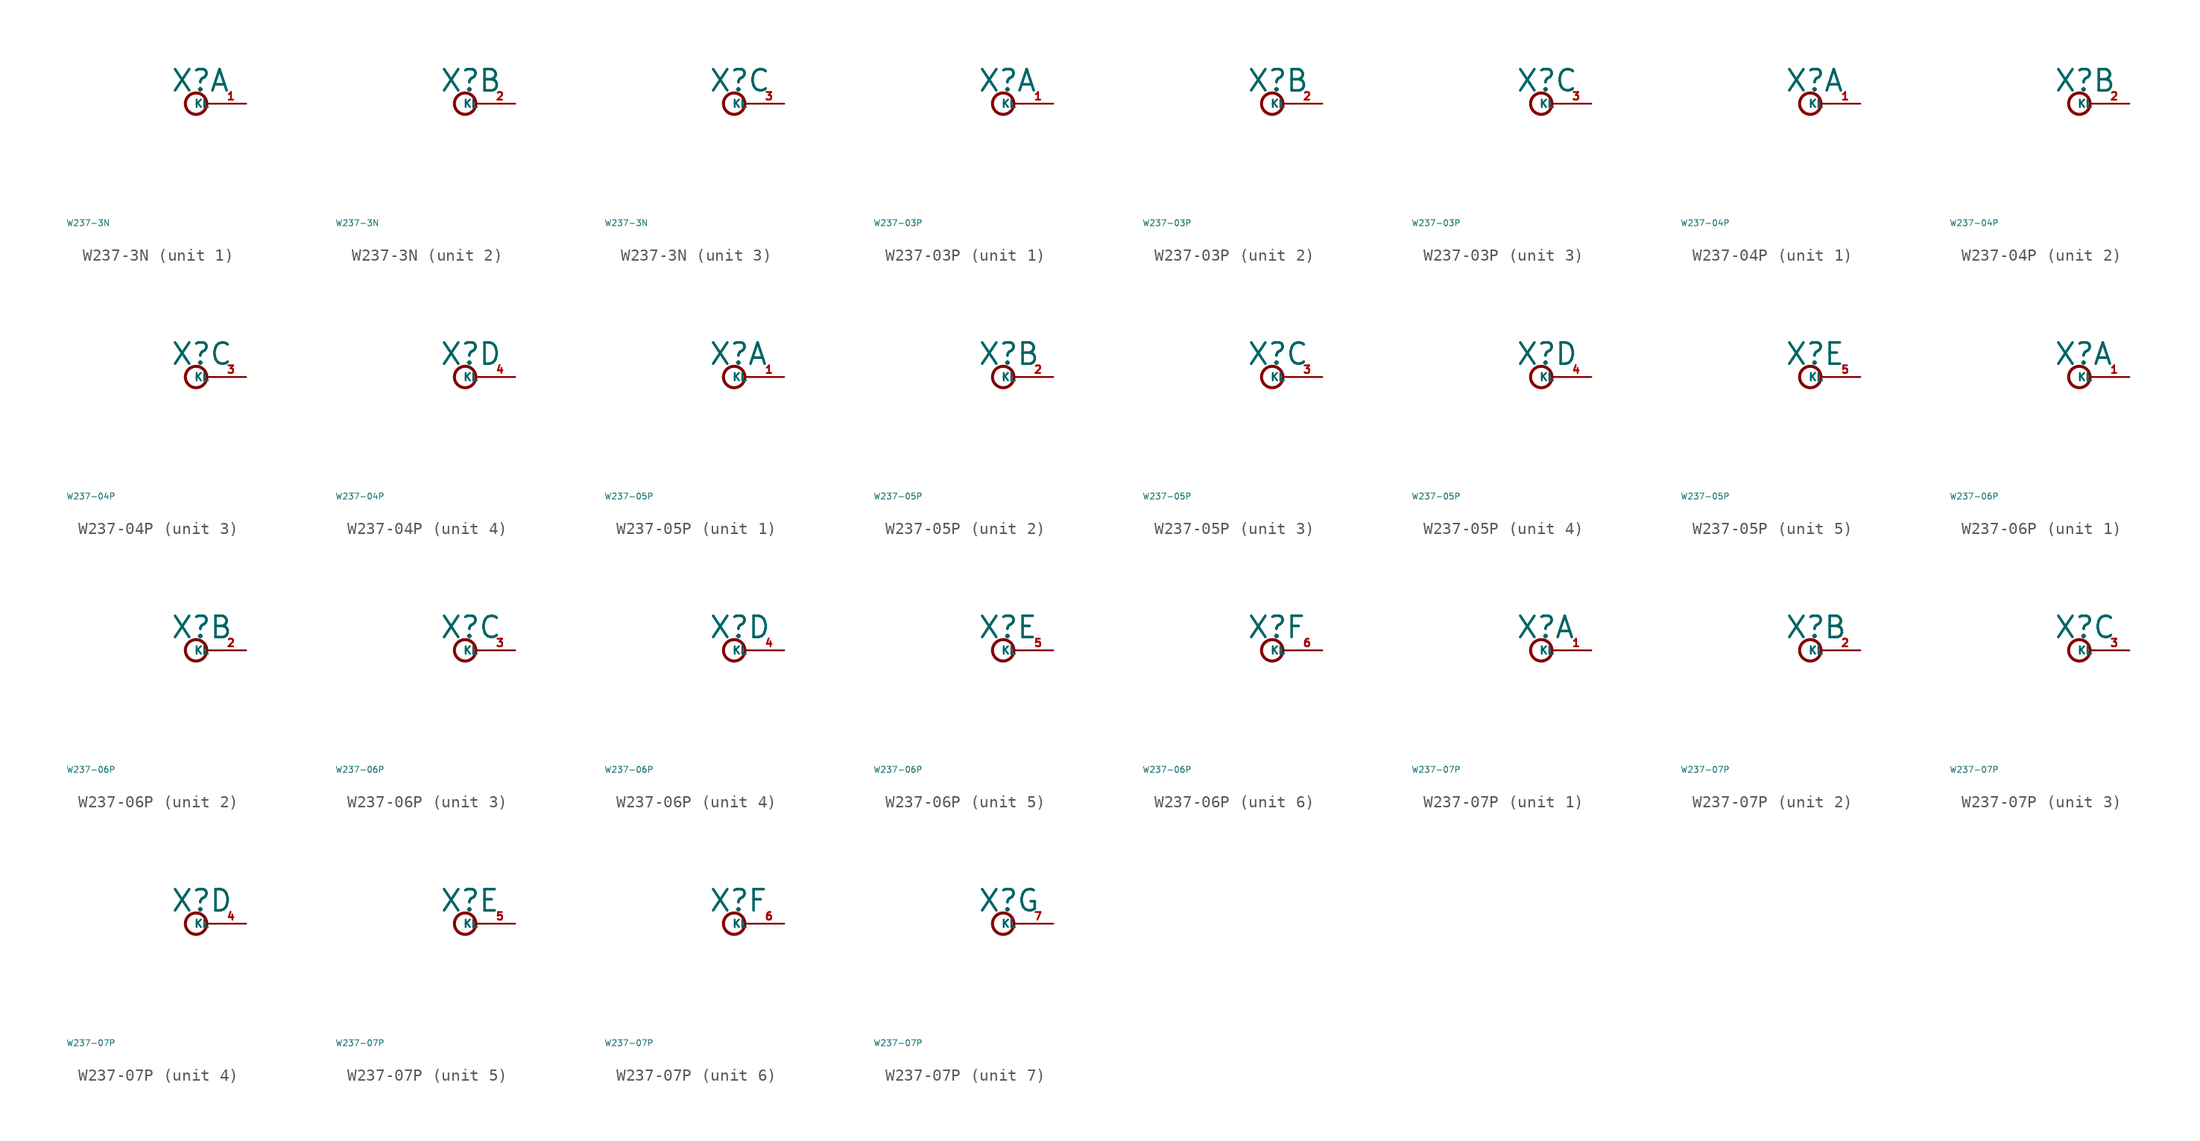
<source format=kicad_sym>
(kicad_symbol_lib
  (version 20220914)
  (generator Eagle2Kicad)
  (symbol "W237-3N"
    (property "Reference" "X"
      (at -1.27 0.889 0)
      (effects (font (size 1.778 1.778) (thickness 0.22)) (justify left bottom)))
    (property "Value" "W237-3N"
      (at -10 -10 0)
      (effects (font (size 0.5 0.5) (thickness 0.06)) (justify left)))
    (symbol "W237-3N_1_0"
      (polyline (pts (xy 1.778 0) (xy 2.54 0)) (stroke (width 0.152) (type default)) (fill (type none)))
      (circle (center 0.889 0) (radius 0.898) (stroke (width 0.254) (type default)) (fill (type none)))
      (pin passive line (at 5.08 0 180) (length 2.54) (name "KL" (effects (font (size 0.635 0.635) (thickness 0.08)) (justify left bottom))) (number "1" (effects (font (size 0.635 0.635) (thickness 0.08)) (justify left bottom)))))
    (symbol "W237-3N_2_0"
      (polyline (pts (xy 1.778 0) (xy 2.54 0)) (stroke (width 0.152) (type default)) (fill (type none)))
      (circle (center 0.889 0) (radius 0.898) (stroke (width 0.254) (type default)) (fill (type none)))
      (pin passive line (at 5.08 0 180) (length 2.54) (name "KL" (effects (font (size 0.635 0.635) (thickness 0.08)) (justify left bottom))) (number "2" (effects (font (size 0.635 0.635) (thickness 0.08)) (justify left bottom)))))
    (symbol "W237-3N_3_0"
      (polyline (pts (xy 1.778 0) (xy 2.54 0)) (stroke (width 0.152) (type default)) (fill (type none)))
      (circle (center 0.889 0) (radius 0.898) (stroke (width 0.254) (type default)) (fill (type none)))
      (pin passive line (at 5.08 0 180) (length 2.54) (name "KL" (effects (font (size 0.635 0.635) (thickness 0.08)) (justify left bottom))) (number "3" (effects (font (size 0.635 0.635) (thickness 0.08)) (justify left bottom))))))
  (symbol "W237-03P"
    (property "Reference" "X"
      (at -1.27 0.889 0)
      (effects (font (size 1.778 1.778) (thickness 0.22)) (justify left bottom)))
    (property "Value" "W237-03P"
      (at -10 -10 0)
      (effects (font (size 0.5 0.5) (thickness 0.06)) (justify left)))
    (symbol "W237-03P_1_0"
      (polyline (pts (xy 1.778 0) (xy 2.54 0)) (stroke (width 0.152) (type default)) (fill (type none)))
      (circle (center 0.889 0) (radius 0.898) (stroke (width 0.254) (type default)) (fill (type none)))
      (pin passive line (at 5.08 0 180) (length 2.54) (name "KL" (effects (font (size 0.635 0.635) (thickness 0.08)) (justify left bottom))) (number "1" (effects (font (size 0.635 0.635) (thickness 0.08)) (justify left bottom)))))
    (symbol "W237-03P_2_0"
      (polyline (pts (xy 1.778 0) (xy 2.54 0)) (stroke (width 0.152) (type default)) (fill (type none)))
      (circle (center 0.889 0) (radius 0.898) (stroke (width 0.254) (type default)) (fill (type none)))
      (pin passive line (at 5.08 0 180) (length 2.54) (name "KL" (effects (font (size 0.635 0.635) (thickness 0.08)) (justify left bottom))) (number "2" (effects (font (size 0.635 0.635) (thickness 0.08)) (justify left bottom)))))
    (symbol "W237-03P_3_0"
      (polyline (pts (xy 1.778 0) (xy 2.54 0)) (stroke (width 0.152) (type default)) (fill (type none)))
      (circle (center 0.889 0) (radius 0.898) (stroke (width 0.254) (type default)) (fill (type none)))
      (pin passive line (at 5.08 0 180) (length 2.54) (name "KL" (effects (font (size 0.635 0.635) (thickness 0.08)) (justify left bottom))) (number "3" (effects (font (size 0.635 0.635) (thickness 0.08)) (justify left bottom))))))
  (symbol "W237-04P"
    (property "Reference" "X"
      (at -1.27 0.889 0)
      (effects (font (size 1.778 1.778) (thickness 0.22)) (justify left bottom)))
    (property "Value" "W237-04P"
      (at -10 -10 0)
      (effects (font (size 0.5 0.5) (thickness 0.06)) (justify left)))
    (symbol "W237-04P_1_0"
      (polyline (pts (xy 1.778 0) (xy 2.54 0)) (stroke (width 0.152) (type default)) (fill (type none)))
      (circle (center 0.889 0) (radius 0.898) (stroke (width 0.254) (type default)) (fill (type none)))
      (pin passive line (at 5.08 0 180) (length 2.54) (name "KL" (effects (font (size 0.635 0.635) (thickness 0.08)) (justify left bottom))) (number "1" (effects (font (size 0.635 0.635) (thickness 0.08)) (justify left bottom)))))
    (symbol "W237-04P_2_0"
      (polyline (pts (xy 1.778 0) (xy 2.54 0)) (stroke (width 0.152) (type default)) (fill (type none)))
      (circle (center 0.889 0) (radius 0.898) (stroke (width 0.254) (type default)) (fill (type none)))
      (pin passive line (at 5.08 0 180) (length 2.54) (name "KL" (effects (font (size 0.635 0.635) (thickness 0.08)) (justify left bottom))) (number "2" (effects (font (size 0.635 0.635) (thickness 0.08)) (justify left bottom)))))
    (symbol "W237-04P_3_0"
      (polyline (pts (xy 1.778 0) (xy 2.54 0)) (stroke (width 0.152) (type default)) (fill (type none)))
      (circle (center 0.889 0) (radius 0.898) (stroke (width 0.254) (type default)) (fill (type none)))
      (pin passive line (at 5.08 0 180) (length 2.54) (name "KL" (effects (font (size 0.635 0.635) (thickness 0.08)) (justify left bottom))) (number "3" (effects (font (size 0.635 0.635) (thickness 0.08)) (justify left bottom)))))
    (symbol "W237-04P_4_0"
      (polyline (pts (xy 1.778 0) (xy 2.54 0)) (stroke (width 0.152) (type default)) (fill (type none)))
      (circle (center 0.889 0) (radius 0.898) (stroke (width 0.254) (type default)) (fill (type none)))
      (pin passive line (at 5.08 0 180) (length 2.54) (name "KL" (effects (font (size 0.635 0.635) (thickness 0.08)) (justify left bottom))) (number "4" (effects (font (size 0.635 0.635) (thickness 0.08)) (justify left bottom))))))
  (symbol "W237-05P"
    (property "Reference" "X"
      (at -1.27 0.889 0)
      (effects (font (size 1.778 1.778) (thickness 0.22)) (justify left bottom)))
    (property "Value" "W237-05P"
      (at -10 -10 0)
      (effects (font (size 0.5 0.5) (thickness 0.06)) (justify left)))
    (symbol "W237-05P_1_0"
      (polyline (pts (xy 1.778 0) (xy 2.54 0)) (stroke (width 0.152) (type default)) (fill (type none)))
      (circle (center 0.889 0) (radius 0.898) (stroke (width 0.254) (type default)) (fill (type none)))
      (pin passive line (at 5.08 0 180) (length 2.54) (name "KL" (effects (font (size 0.635 0.635) (thickness 0.08)) (justify left bottom))) (number "1" (effects (font (size 0.635 0.635) (thickness 0.08)) (justify left bottom)))))
    (symbol "W237-05P_2_0"
      (polyline (pts (xy 1.778 0) (xy 2.54 0)) (stroke (width 0.152) (type default)) (fill (type none)))
      (circle (center 0.889 0) (radius 0.898) (stroke (width 0.254) (type default)) (fill (type none)))
      (pin passive line (at 5.08 0 180) (length 2.54) (name "KL" (effects (font (size 0.635 0.635) (thickness 0.08)) (justify left bottom))) (number "2" (effects (font (size 0.635 0.635) (thickness 0.08)) (justify left bottom)))))
    (symbol "W237-05P_3_0"
      (polyline (pts (xy 1.778 0) (xy 2.54 0)) (stroke (width 0.152) (type default)) (fill (type none)))
      (circle (center 0.889 0) (radius 0.898) (stroke (width 0.254) (type default)) (fill (type none)))
      (pin passive line (at 5.08 0 180) (length 2.54) (name "KL" (effects (font (size 0.635 0.635) (thickness 0.08)) (justify left bottom))) (number "3" (effects (font (size 0.635 0.635) (thickness 0.08)) (justify left bottom)))))
    (symbol "W237-05P_4_0"
      (polyline (pts (xy 1.778 0) (xy 2.54 0)) (stroke (width 0.152) (type default)) (fill (type none)))
      (circle (center 0.889 0) (radius 0.898) (stroke (width 0.254) (type default)) (fill (type none)))
      (pin passive line (at 5.08 0 180) (length 2.54) (name "KL" (effects (font (size 0.635 0.635) (thickness 0.08)) (justify left bottom))) (number "4" (effects (font (size 0.635 0.635) (thickness 0.08)) (justify left bottom)))))
    (symbol "W237-05P_5_0"
      (polyline (pts (xy 1.778 0) (xy 2.54 0)) (stroke (width 0.152) (type default)) (fill (type none)))
      (circle (center 0.889 0) (radius 0.898) (stroke (width 0.254) (type default)) (fill (type none)))
      (pin passive line (at 5.08 0 180) (length 2.54) (name "KL" (effects (font (size 0.635 0.635) (thickness 0.08)) (justify left bottom))) (number "5" (effects (font (size 0.635 0.635) (thickness 0.08)) (justify left bottom))))))
  (symbol "W237-06P"
    (property "Reference" "X"
      (at -1.27 0.889 0)
      (effects (font (size 1.778 1.778) (thickness 0.22)) (justify left bottom)))
    (property "Value" "W237-06P"
      (at -10 -10 0)
      (effects (font (size 0.5 0.5) (thickness 0.06)) (justify left)))
    (symbol "W237-06P_1_0"
      (polyline (pts (xy 1.778 0) (xy 2.54 0)) (stroke (width 0.152) (type default)) (fill (type none)))
      (circle (center 0.889 0) (radius 0.898) (stroke (width 0.254) (type default)) (fill (type none)))
      (pin passive line (at 5.08 0 180) (length 2.54) (name "KL" (effects (font (size 0.635 0.635) (thickness 0.08)) (justify left bottom))) (number "1" (effects (font (size 0.635 0.635) (thickness 0.08)) (justify left bottom)))))
    (symbol "W237-06P_2_0"
      (polyline (pts (xy 1.778 0) (xy 2.54 0)) (stroke (width 0.152) (type default)) (fill (type none)))
      (circle (center 0.889 0) (radius 0.898) (stroke (width 0.254) (type default)) (fill (type none)))
      (pin passive line (at 5.08 0 180) (length 2.54) (name "KL" (effects (font (size 0.635 0.635) (thickness 0.08)) (justify left bottom))) (number "2" (effects (font (size 0.635 0.635) (thickness 0.08)) (justify left bottom)))))
    (symbol "W237-06P_3_0"
      (polyline (pts (xy 1.778 0) (xy 2.54 0)) (stroke (width 0.152) (type default)) (fill (type none)))
      (circle (center 0.889 0) (radius 0.898) (stroke (width 0.254) (type default)) (fill (type none)))
      (pin passive line (at 5.08 0 180) (length 2.54) (name "KL" (effects (font (size 0.635 0.635) (thickness 0.08)) (justify left bottom))) (number "3" (effects (font (size 0.635 0.635) (thickness 0.08)) (justify left bottom)))))
    (symbol "W237-06P_4_0"
      (polyline (pts (xy 1.778 0) (xy 2.54 0)) (stroke (width 0.152) (type default)) (fill (type none)))
      (circle (center 0.889 0) (radius 0.898) (stroke (width 0.254) (type default)) (fill (type none)))
      (pin passive line (at 5.08 0 180) (length 2.54) (name "KL" (effects (font (size 0.635 0.635) (thickness 0.08)) (justify left bottom))) (number "4" (effects (font (size 0.635 0.635) (thickness 0.08)) (justify left bottom)))))
    (symbol "W237-06P_5_0"
      (polyline (pts (xy 1.778 0) (xy 2.54 0)) (stroke (width 0.152) (type default)) (fill (type none)))
      (circle (center 0.889 0) (radius 0.898) (stroke (width 0.254) (type default)) (fill (type none)))
      (pin passive line (at 5.08 0 180) (length 2.54) (name "KL" (effects (font (size 0.635 0.635) (thickness 0.08)) (justify left bottom))) (number "5" (effects (font (size 0.635 0.635) (thickness 0.08)) (justify left bottom)))))
    (symbol "W237-06P_6_0"
      (polyline (pts (xy 1.778 0) (xy 2.54 0)) (stroke (width 0.152) (type default)) (fill (type none)))
      (circle (center 0.889 0) (radius 0.898) (stroke (width 0.254) (type default)) (fill (type none)))
      (pin passive line (at 5.08 0 180) (length 2.54) (name "KL" (effects (font (size 0.635 0.635) (thickness 0.08)) (justify left bottom))) (number "6" (effects (font (size 0.635 0.635) (thickness 0.08)) (justify left bottom))))))
  (symbol "W237-07P"
    (property "Reference" "X"
      (at -1.27 0.889 0)
      (effects (font (size 1.778 1.778) (thickness 0.22)) (justify left bottom)))
    (property "Value" "W237-07P"
      (at -10 -10 0)
      (effects (font (size 0.5 0.5) (thickness 0.06)) (justify left)))
    (symbol "W237-07P_1_0"
      (polyline (pts (xy 1.778 0) (xy 2.54 0)) (stroke (width 0.152) (type default)) (fill (type none)))
      (circle (center 0.889 0) (radius 0.898) (stroke (width 0.254) (type default)) (fill (type none)))
      (pin passive line (at 5.08 0 180) (length 2.54) (name "KL" (effects (font (size 0.635 0.635) (thickness 0.08)) (justify left bottom))) (number "1" (effects (font (size 0.635 0.635) (thickness 0.08)) (justify left bottom)))))
    (symbol "W237-07P_2_0"
      (polyline (pts (xy 1.778 0) (xy 2.54 0)) (stroke (width 0.152) (type default)) (fill (type none)))
      (circle (center 0.889 0) (radius 0.898) (stroke (width 0.254) (type default)) (fill (type none)))
      (pin passive line (at 5.08 0 180) (length 2.54) (name "KL" (effects (font (size 0.635 0.635) (thickness 0.08)) (justify left bottom))) (number "2" (effects (font (size 0.635 0.635) (thickness 0.08)) (justify left bottom)))))
    (symbol "W237-07P_3_0"
      (polyline (pts (xy 1.778 0) (xy 2.54 0)) (stroke (width 0.152) (type default)) (fill (type none)))
      (circle (center 0.889 0) (radius 0.898) (stroke (width 0.254) (type default)) (fill (type none)))
      (pin passive line (at 5.08 0 180) (length 2.54) (name "KL" (effects (font (size 0.635 0.635) (thickness 0.08)) (justify left bottom))) (number "3" (effects (font (size 0.635 0.635) (thickness 0.08)) (justify left bottom)))))
    (symbol "W237-07P_4_0"
      (polyline (pts (xy 1.778 0) (xy 2.54 0)) (stroke (width 0.152) (type default)) (fill (type none)))
      (circle (center 0.889 0) (radius 0.898) (stroke (width 0.254) (type default)) (fill (type none)))
      (pin passive line (at 5.08 0 180) (length 2.54) (name "KL" (effects (font (size 0.635 0.635) (thickness 0.08)) (justify left bottom))) (number "4" (effects (font (size 0.635 0.635) (thickness 0.08)) (justify left bottom)))))
    (symbol "W237-07P_5_0"
      (polyline (pts (xy 1.778 0) (xy 2.54 0)) (stroke (width 0.152) (type default)) (fill (type none)))
      (circle (center 0.889 0) (radius 0.898) (stroke (width 0.254) (type default)) (fill (type none)))
      (pin passive line (at 5.08 0 180) (length 2.54) (name "KL" (effects (font (size 0.635 0.635) (thickness 0.08)) (justify left bottom))) (number "5" (effects (font (size 0.635 0.635) (thickness 0.08)) (justify left bottom)))))
    (symbol "W237-07P_6_0"
      (polyline (pts (xy 1.778 0) (xy 2.54 0)) (stroke (width 0.152) (type default)) (fill (type none)))
      (circle (center 0.889 0) (radius 0.898) (stroke (width 0.254) (type default)) (fill (type none)))
      (pin passive line (at 5.08 0 180) (length 2.54) (name "KL" (effects (font (size 0.635 0.635) (thickness 0.08)) (justify left bottom))) (number "6" (effects (font (size 0.635 0.635) (thickness 0.08)) (justify left bottom)))))
    (symbol "W237-07P_7_0"
      (polyline (pts (xy 1.778 0) (xy 2.54 0)) (stroke (width 0.152) (type default)) (fill (type none)))
      (circle (center 0.889 0) (radius 0.898) (stroke (width 0.254) (type default)) (fill (type none)))
      (pin passive line (at 5.08 0 180) (length 2.54) (name "KL" (effects (font (size 0.635 0.635) (thickness 0.08)) (justify left bottom))) (number "7" (effects (font (size 0.635 0.635) (thickness 0.08)) (justify left bottom)))))))
</source>
